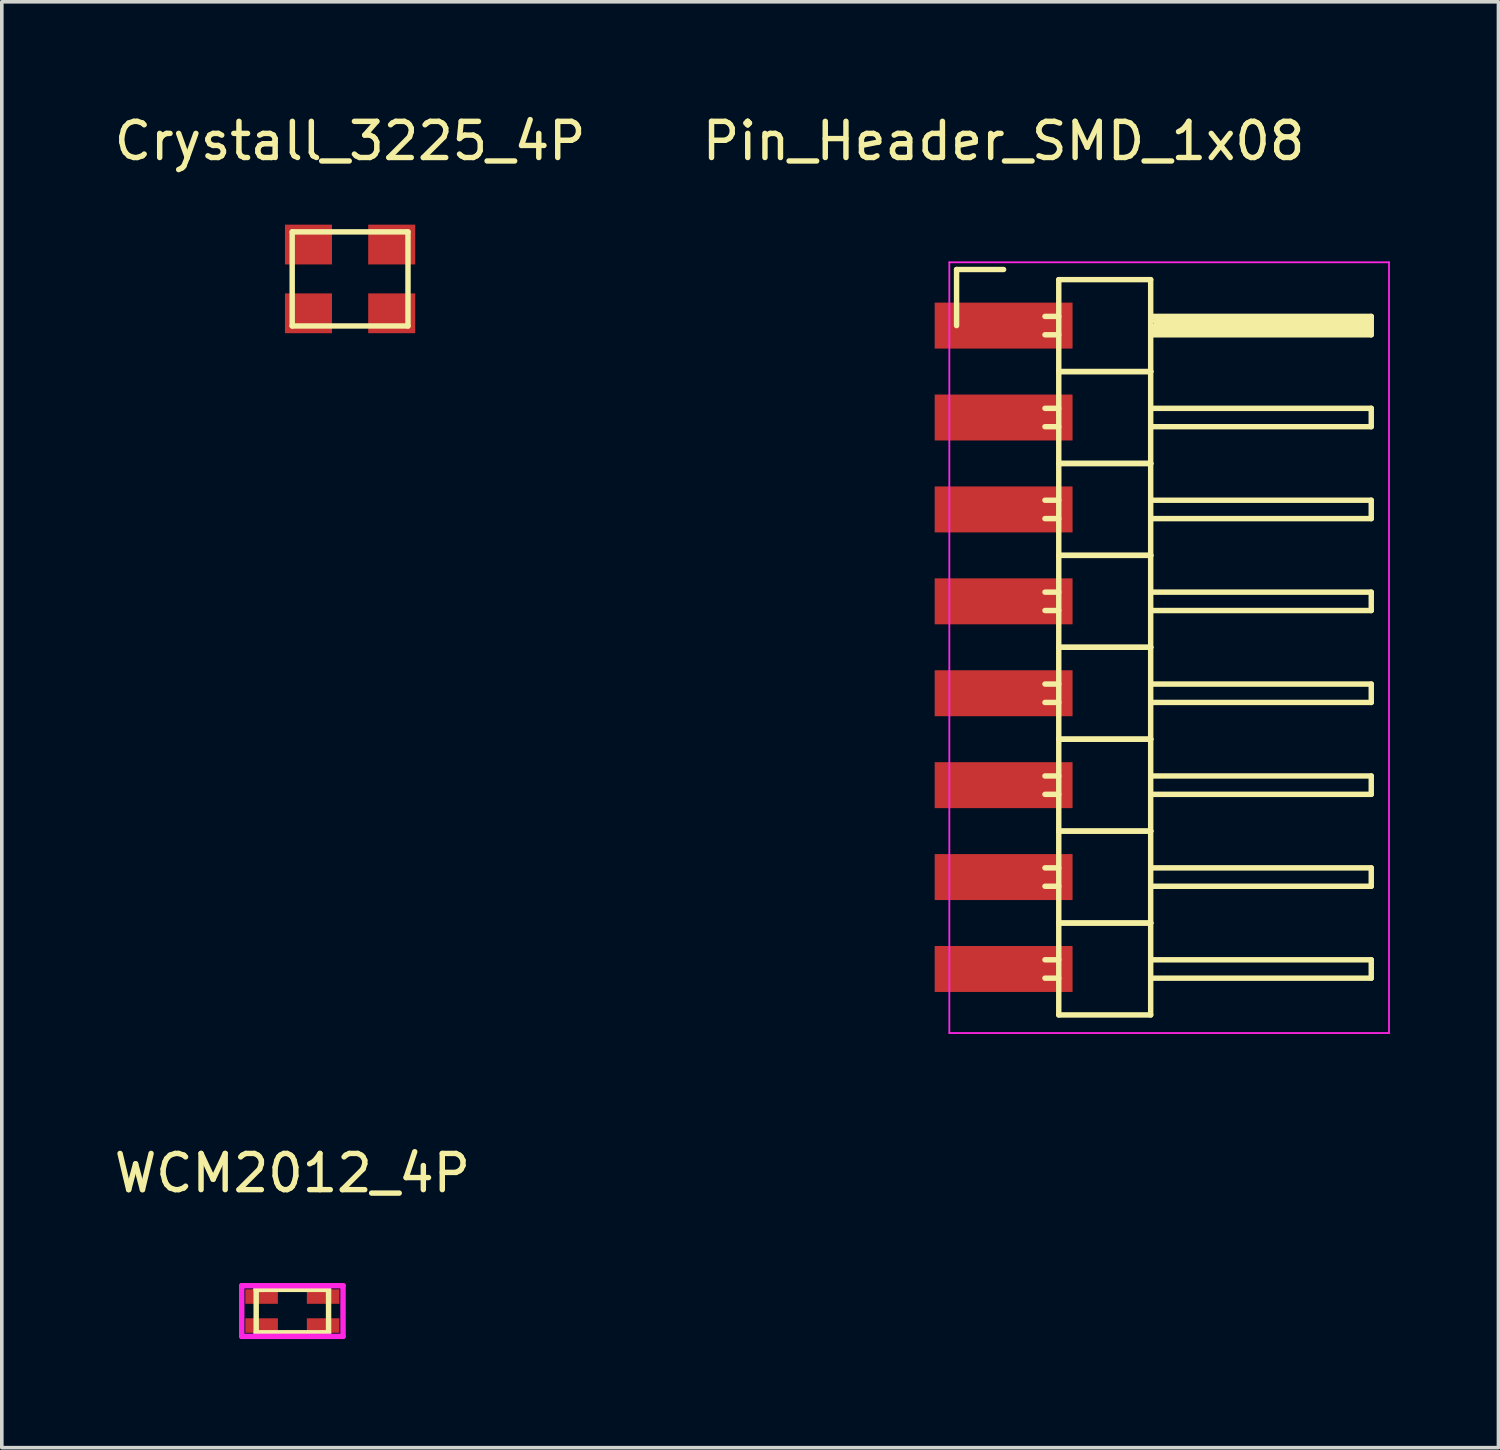
<source format=kicad_pcb>
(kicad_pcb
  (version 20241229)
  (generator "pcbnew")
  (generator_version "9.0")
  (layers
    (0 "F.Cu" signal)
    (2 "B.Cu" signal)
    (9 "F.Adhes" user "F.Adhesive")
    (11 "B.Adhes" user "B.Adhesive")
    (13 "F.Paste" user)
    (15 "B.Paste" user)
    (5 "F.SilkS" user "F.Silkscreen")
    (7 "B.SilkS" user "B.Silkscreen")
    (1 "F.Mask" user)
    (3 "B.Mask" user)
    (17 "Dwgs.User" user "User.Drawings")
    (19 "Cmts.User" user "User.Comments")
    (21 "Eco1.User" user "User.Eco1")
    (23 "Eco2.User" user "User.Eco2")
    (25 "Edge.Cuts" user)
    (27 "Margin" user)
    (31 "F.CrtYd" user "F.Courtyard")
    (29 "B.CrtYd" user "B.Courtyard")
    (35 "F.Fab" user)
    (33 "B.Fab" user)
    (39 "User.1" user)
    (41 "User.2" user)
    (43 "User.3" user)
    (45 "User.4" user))
  (footprint "Crystall_3225_4P"
    (layer "F.Cu")
    (at 6.625 4.658)
    (property "Reference" "Crystall_3225_4P" (at 0 -3.81 0) (layer "F.SilkS") (effects (font (size 1 1) (thickness 0.15))))
    (attr through_hole)
    (fp_line (start -1.6 -1.3) (end 1.6 -1.3) (stroke (width 0.15) (type solid)) (layer "F.SilkS"))
    (fp_line (start -1.6 1.3) (end -1.6 -1.3) (stroke (width 0.15) (type solid)) (layer "F.SilkS"))
    (fp_line (start 1.6 -1.3) (end 1.6 1.3) (stroke (width 0.15) (type solid)) (layer "F.SilkS"))
    (fp_line (start 1.6 1.3) (end -1.6 1.3) (stroke (width 0.15) (type solid)) (layer "F.SilkS"))
    (pad "1" smd rect (at -1.15 -0.95) (size 1.3 1.1) (layers "F.Cu" "F.Mask" "F.Paste"))
    (pad "2" smd rect (at 1.15 -0.95) (size 1.3 1.1) (layers "F.Cu" "F.Mask" "F.Paste"))
    (pad "3" smd rect (at 1.15 0.95) (size 1.3 1.1) (layers "F.Cu" "F.Mask" "F.Paste"))
    (pad "4" smd rect (at -1.15 0.95) (size 1.3 1.1) (layers "F.Cu" "F.Mask" "F.Paste")))
  (footprint "Pin_Header_SMD_1x08"
    (layer "F.Cu")
    (at 24.685 5.948)
    (property "Reference" "Pin_Header_SMD_1x08" (at 0 -5.1 0) (layer "F.SilkS") (effects (font (size 1 1) (thickness 0.15))))
    (attr through_hole)
    (fp_line (start -1.3 -1.55) (end -1.3 0) (stroke (width 0.15) (type solid)) (layer "F.SilkS"))
    (fp_line (start 0 -1.55) (end -1.3 -1.55) (stroke (width 0.15) (type solid)) (layer "F.SilkS"))
    (fp_line (start 1.524 -1.27) (end 1.524 1.27) (stroke (width 0.15) (type solid)) (layer "F.SilkS"))
    (fp_line (start 1.524 -1.27) (end 4.064 -1.27) (stroke (width 0.15) (type solid)) (layer "F.SilkS"))
    (fp_line (start 1.524 -0.254) (end 1.143 -0.254) (stroke (width 0.15) (type solid)) (layer "F.SilkS"))
    (fp_line (start 1.524 0.254) (end 1.143 0.254) (stroke (width 0.15) (type solid)) (layer "F.SilkS"))
    (fp_line (start 1.524 1.27) (end 1.524 3.81) (stroke (width 0.15) (type solid)) (layer "F.SilkS"))
    (fp_line (start 1.524 1.27) (end 4.064 1.27) (stroke (width 0.15) (type solid)) (layer "F.SilkS"))
    (fp_line (start 1.524 1.27) (end 4.064 1.27) (stroke (width 0.15) (type solid)) (layer "F.SilkS"))
    (fp_line (start 1.524 2.286) (end 1.143 2.286) (stroke (width 0.15) (type solid)) (layer "F.SilkS"))
    (fp_line (start 1.524 2.794) (end 1.143 2.794) (stroke (width 0.15) (type solid)) (layer "F.SilkS"))
    (fp_line (start 1.524 3.81) (end 1.524 6.35) (stroke (width 0.15) (type solid)) (layer "F.SilkS"))
    (fp_line (start 1.524 3.81) (end 4.064 3.81) (stroke (width 0.15) (type solid)) (layer "F.SilkS"))
    (fp_line (start 1.524 3.81) (end 4.064 3.81) (stroke (width 0.15) (type solid)) (layer "F.SilkS"))
    (fp_line (start 1.524 4.826) (end 1.143 4.826) (stroke (width 0.15) (type solid)) (layer "F.SilkS"))
    (fp_line (start 1.524 5.334) (end 1.143 5.334) (stroke (width 0.15) (type solid)) (layer "F.SilkS"))
    (fp_line (start 1.524 6.35) (end 1.524 8.89) (stroke (width 0.15) (type solid)) (layer "F.SilkS"))
    (fp_line (start 1.524 6.35) (end 4.064 6.35) (stroke (width 0.15) (type solid)) (layer "F.SilkS"))
    (fp_line (start 1.524 6.35) (end 4.064 6.35) (stroke (width 0.15) (type solid)) (layer "F.SilkS"))
    (fp_line (start 1.524 7.366) (end 1.143 7.366) (stroke (width 0.15) (type solid)) (layer "F.SilkS"))
    (fp_line (start 1.524 7.874) (end 1.143 7.874) (stroke (width 0.15) (type solid)) (layer "F.SilkS"))
    (fp_line (start 1.524 8.89) (end 1.524 11.43) (stroke (width 0.15) (type solid)) (layer "F.SilkS"))
    (fp_line (start 1.524 8.89) (end 4.064 8.89) (stroke (width 0.15) (type solid)) (layer "F.SilkS"))
    (fp_line (start 1.524 8.89) (end 4.064 8.89) (stroke (width 0.15) (type solid)) (layer "F.SilkS"))
    (fp_line (start 1.524 9.906) (end 1.143 9.906) (stroke (width 0.15) (type solid)) (layer "F.SilkS"))
    (fp_line (start 1.524 10.414) (end 1.143 10.414) (stroke (width 0.15) (type solid)) (layer "F.SilkS"))
    (fp_line (start 1.524 11.43) (end 1.524 13.97) (stroke (width 0.15) (type solid)) (layer "F.SilkS"))
    (fp_line (start 1.524 11.43) (end 4.064 11.43) (stroke (width 0.15) (type solid)) (layer "F.SilkS"))
    (fp_line (start 1.524 11.43) (end 4.064 11.43) (stroke (width 0.15) (type solid)) (layer "F.SilkS"))
    (fp_line (start 1.524 12.446) (end 1.143 12.446) (stroke (width 0.15) (type solid)) (layer "F.SilkS"))
    (fp_line (start 1.524 12.954) (end 1.143 12.954) (stroke (width 0.15) (type solid)) (layer "F.SilkS"))
    (fp_line (start 1.524 13.97) (end 1.524 16.51) (stroke (width 0.15) (type solid)) (layer "F.SilkS"))
    (fp_line (start 1.524 13.97) (end 4.064 13.97) (stroke (width 0.15) (type solid)) (layer "F.SilkS"))
    (fp_line (start 1.524 13.97) (end 4.064 13.97) (stroke (width 0.15) (type solid)) (layer "F.SilkS"))
    (fp_line (start 1.524 14.986) (end 1.143 14.986) (stroke (width 0.15) (type solid)) (layer "F.SilkS"))
    (fp_line (start 1.524 15.494) (end 1.143 15.494) (stroke (width 0.15) (type solid)) (layer "F.SilkS"))
    (fp_line (start 1.524 16.51) (end 1.524 19.05) (stroke (width 0.15) (type solid)) (layer "F.SilkS"))
    (fp_line (start 1.524 16.51) (end 4.064 16.51) (stroke (width 0.15) (type solid)) (layer "F.SilkS"))
    (fp_line (start 1.524 16.51) (end 4.064 16.51) (stroke (width 0.15) (type solid)) (layer "F.SilkS"))
    (fp_line (start 1.524 17.526) (end 1.143 17.526) (stroke (width 0.15) (type solid)) (layer "F.SilkS"))
    (fp_line (start 1.524 18.034) (end 1.143 18.034) (stroke (width 0.15) (type solid)) (layer "F.SilkS"))
    (fp_line (start 1.524 19.05) (end 4.064 19.05) (stroke (width 0.15) (type solid)) (layer "F.SilkS"))
    (fp_line (start 4.064 -0.254) (end 10.16 -0.254) (stroke (width 0.15) (type solid)) (layer "F.SilkS"))
    (fp_line (start 4.064 1.27) (end 4.064 -1.27) (stroke (width 0.15) (type solid)) (layer "F.SilkS"))
    (fp_line (start 4.064 2.286) (end 10.16 2.286) (stroke (width 0.15) (type solid)) (layer "F.SilkS"))
    (fp_line (start 4.064 3.81) (end 4.064 1.27) (stroke (width 0.15) (type solid)) (layer "F.SilkS"))
    (fp_line (start 4.064 4.826) (end 10.16 4.826) (stroke (width 0.15) (type solid)) (layer "F.SilkS"))
    (fp_line (start 4.064 6.35) (end 4.064 3.81) (stroke (width 0.15) (type solid)) (layer "F.SilkS"))
    (fp_line (start 4.064 7.366) (end 10.16 7.366) (stroke (width 0.15) (type solid)) (layer "F.SilkS"))
    (fp_line (start 4.064 8.89) (end 4.064 6.35) (stroke (width 0.15) (type solid)) (layer "F.SilkS"))
    (fp_line (start 4.064 9.906) (end 10.16 9.906) (stroke (width 0.15) (type solid)) (layer "F.SilkS"))
    (fp_line (start 4.064 11.43) (end 4.064 8.89) (stroke (width 0.15) (type solid)) (layer "F.SilkS"))
    (fp_line (start 4.064 12.446) (end 10.16 12.446) (stroke (width 0.15) (type solid)) (layer "F.SilkS"))
    (fp_line (start 4.064 13.97) (end 4.064 11.43) (stroke (width 0.15) (type solid)) (layer "F.SilkS"))
    (fp_line (start 4.064 14.986) (end 10.16 14.986) (stroke (width 0.15) (type solid)) (layer "F.SilkS"))
    (fp_line (start 4.064 16.51) (end 4.064 13.97) (stroke (width 0.15) (type solid)) (layer "F.SilkS"))
    (fp_line (start 4.064 17.526) (end 10.16 17.526) (stroke (width 0.15) (type solid)) (layer "F.SilkS"))
    (fp_line (start 4.064 19.05) (end 4.064 16.51) (stroke (width 0.15) (type solid)) (layer "F.SilkS"))
    (fp_line (start 4.191 -0.127) (end 10.033 -0.127) (stroke (width 0.15) (type solid)) (layer "F.SilkS"))
    (fp_line (start 4.191 0) (end 10.033 0) (stroke (width 0.15) (type solid)) (layer "F.SilkS"))
    (fp_line (start 4.191 0.127) (end 4.191 0) (stroke (width 0.15) (type solid)) (layer "F.SilkS"))
    (fp_line (start 10.033 -0.127) (end 10.033 0.127) (stroke (width 0.15) (type solid)) (layer "F.SilkS"))
    (fp_line (start 10.033 0.127) (end 4.191 0.127) (stroke (width 0.15) (type solid)) (layer "F.SilkS"))
    (fp_line (start 10.16 -0.254) (end 10.16 0.254) (stroke (width 0.15) (type solid)) (layer "F.SilkS"))
    (fp_line (start 10.16 0.254) (end 4.064 0.254) (stroke (width 0.15) (type solid)) (layer "F.SilkS"))
    (fp_line (start 10.16 2.286) (end 10.16 2.794) (stroke (width 0.15) (type solid)) (layer "F.SilkS"))
    (fp_line (start 10.16 2.794) (end 4.064 2.794) (stroke (width 0.15) (type solid)) (layer "F.SilkS"))
    (fp_line (start 10.16 4.826) (end 10.16 5.334) (stroke (width 0.15) (type solid)) (layer "F.SilkS"))
    (fp_line (start 10.16 5.334) (end 4.064 5.334) (stroke (width 0.15) (type solid)) (layer "F.SilkS"))
    (fp_line (start 10.16 7.366) (end 10.16 7.874) (stroke (width 0.15) (type solid)) (layer "F.SilkS"))
    (fp_line (start 10.16 7.874) (end 4.064 7.874) (stroke (width 0.15) (type solid)) (layer "F.SilkS"))
    (fp_line (start 10.16 9.906) (end 10.16 10.414) (stroke (width 0.15) (type solid)) (layer "F.SilkS"))
    (fp_line (start 10.16 10.414) (end 4.064 10.414) (stroke (width 0.15) (type solid)) (layer "F.SilkS"))
    (fp_line (start 10.16 12.446) (end 10.16 12.954) (stroke (width 0.15) (type solid)) (layer "F.SilkS"))
    (fp_line (start 10.16 12.954) (end 4.064 12.954) (stroke (width 0.15) (type solid)) (layer "F.SilkS"))
    (fp_line (start 10.16 14.986) (end 10.16 15.494) (stroke (width 0.15) (type solid)) (layer "F.SilkS"))
    (fp_line (start 10.16 15.494) (end 4.064 15.494) (stroke (width 0.15) (type solid)) (layer "F.SilkS"))
    (fp_line (start 10.16 17.526) (end 10.16 18.034) (stroke (width 0.15) (type solid)) (layer "F.SilkS"))
    (fp_line (start 10.16 18.034) (end 4.064 18.034) (stroke (width 0.15) (type solid)) (layer "F.SilkS"))
    (fp_line (start -1.5 -1.75) (end -1.5 19.55) (stroke (width 0.05) (type solid)) (layer "F.CrtYd"))
    (fp_line (start -1.5 -1.75) (end 10.65 -1.75) (stroke (width 0.05) (type solid)) (layer "F.CrtYd"))
    (fp_line (start -1.5 19.55) (end 10.65 19.55) (stroke (width 0.05) (type solid)) (layer "F.CrtYd"))
    (fp_line (start 10.65 -1.75) (end 10.65 19.55) (stroke (width 0.05) (type solid)) (layer "F.CrtYd"))
    (pad "1" smd rect (at 0 0) (size 3.81 1.27) (layers "F.Cu" "F.Mask" "F.Paste"))
    (pad "2" smd rect (at 0 2.54) (size 3.81 1.27) (layers "F.Cu" "F.Mask" "F.Paste"))
    (pad "3" smd rect (at 0 5.08) (size 3.81 1.27) (layers "F.Cu" "F.Mask" "F.Paste"))
    (pad "4" smd rect (at 0 7.62) (size 3.81 1.27) (layers "F.Cu" "F.Mask" "F.Paste"))
    (pad "5" smd rect (at 0 10.16) (size 3.81 1.27) (layers "F.Cu" "F.Mask" "F.Paste"))
    (pad "6" smd rect (at 0 12.7) (size 3.81 1.27) (layers "F.Cu" "F.Mask" "F.Paste"))
    (pad "7" smd rect (at 0 15.24) (size 3.81 1.27) (layers "F.Cu" "F.Mask" "F.Paste"))
    (pad "8" smd rect (at 0 17.78) (size 3.81 1.27) (layers "F.Cu" "F.Mask" "F.Paste")))
  (footprint "WCM2012_4P"
    (layer "F.Cu")
    (at 5.03 33.181)
    (property "Reference" "WCM2012_4P" (at 0 -3.81 0) (layer "F.SilkS") (effects (font (size 1 1) (thickness 0.15))))
    (attr through_hole)
    (fp_line (start -1 -0.6) (end -0.8 -0.6) (stroke (width 0.15) (type solid)) (layer "F.SilkS"))
    (fp_line (start -1 -0.6) (end 1 -0.6) (stroke (width 0.15) (type solid)) (layer "F.SilkS"))
    (fp_line (start -1 0.6) (end -1 -0.6) (stroke (width 0.15) (type solid)) (layer "F.SilkS"))
    (fp_line (start 1 -0.6) (end 1 0.6) (stroke (width 0.15) (type solid)) (layer "F.SilkS"))
    (fp_line (start 1 0.6) (end -1 0.6) (stroke (width 0.15) (type solid)) (layer "F.SilkS"))
    (fp_line (start -1.4 -0.7) (end 1.4 -0.7) (stroke (width 0.15) (type solid)) (layer "F.CrtYd"))
    (fp_line (start -1.4 0.7) (end -1.4 -0.7) (stroke (width 0.15) (type solid)) (layer "F.CrtYd"))
    (fp_line (start 1.4 -0.7) (end 1.4 0.7) (stroke (width 0.15) (type solid)) (layer "F.CrtYd"))
    (fp_line (start 1.4 0.7) (end -1.4 0.7) (stroke (width 0.15) (type solid)) (layer "F.CrtYd"))
    (pad "1" smd rect (at -0.85 -0.4) (size 0.9 0.4) (layers "F.Cu" "F.Mask" "F.Paste"))
    (pad "2" smd rect (at 0.85 -0.4) (size 0.9 0.4) (layers "F.Cu" "F.Mask" "F.Paste"))
    (pad "3" smd rect (at 0.85 0.4) (size 0.9 0.4) (layers "F.Cu" "F.Mask" "F.Paste"))
    (pad "4" smd rect (at -0.85 0.4) (size 0.9 0.4) (layers "F.Cu" "F.Mask" "F.Paste")))
  (gr_rect
    (start -3 -3)
    (end 38.36 36.956)
    (stroke (width 0.1) (type default))
    (fill no)
    (layer "Edge.Cuts")))
</source>
